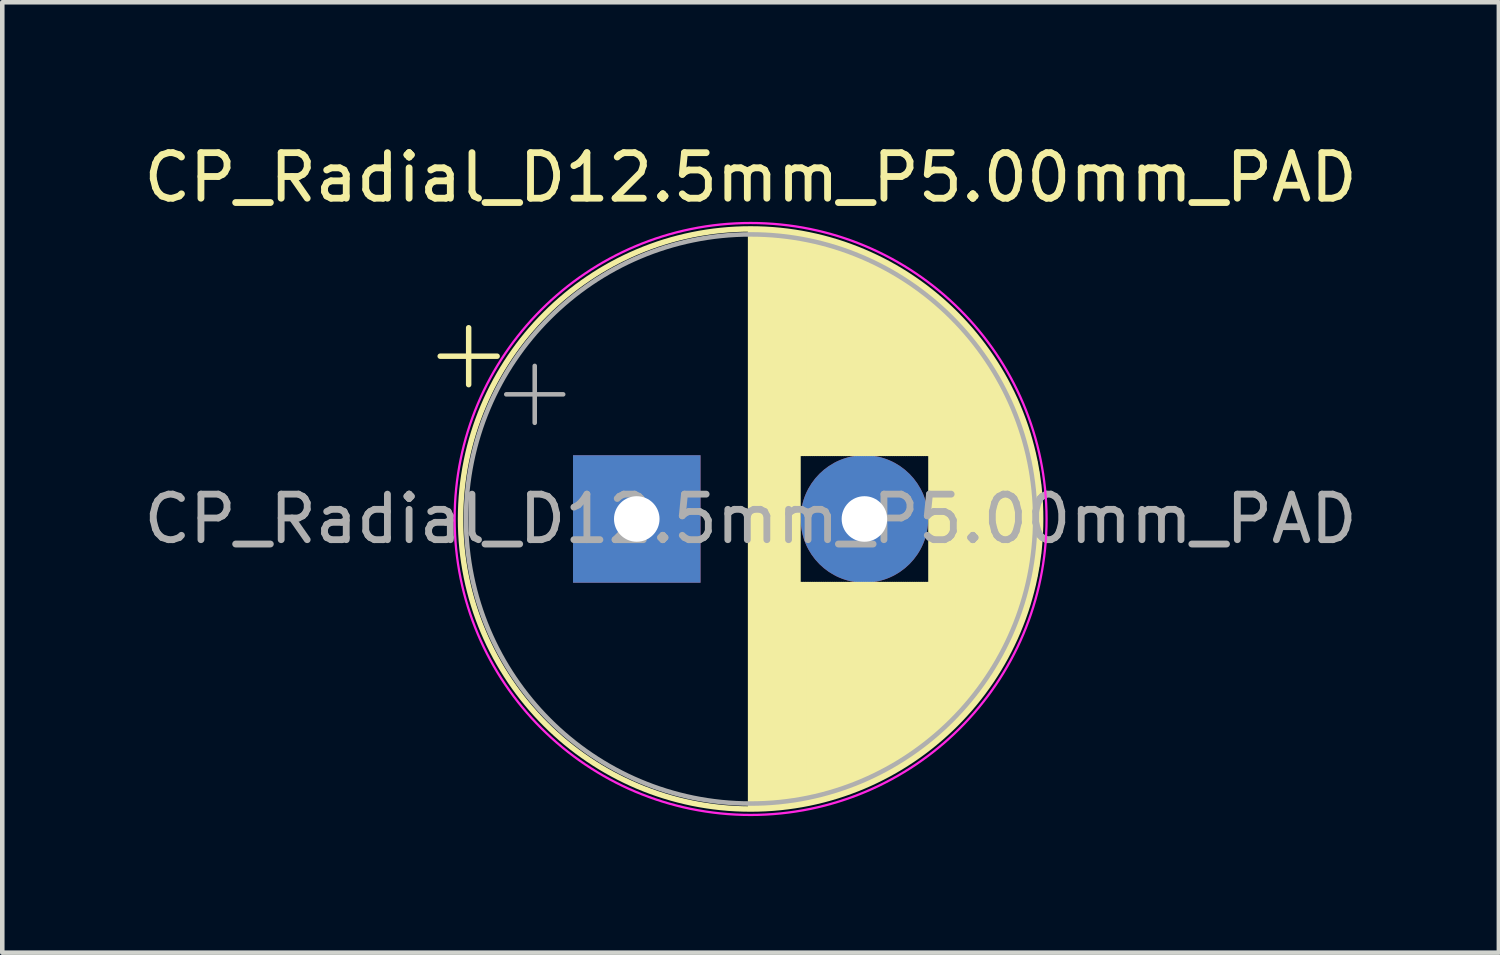
<source format=kicad_pcb>
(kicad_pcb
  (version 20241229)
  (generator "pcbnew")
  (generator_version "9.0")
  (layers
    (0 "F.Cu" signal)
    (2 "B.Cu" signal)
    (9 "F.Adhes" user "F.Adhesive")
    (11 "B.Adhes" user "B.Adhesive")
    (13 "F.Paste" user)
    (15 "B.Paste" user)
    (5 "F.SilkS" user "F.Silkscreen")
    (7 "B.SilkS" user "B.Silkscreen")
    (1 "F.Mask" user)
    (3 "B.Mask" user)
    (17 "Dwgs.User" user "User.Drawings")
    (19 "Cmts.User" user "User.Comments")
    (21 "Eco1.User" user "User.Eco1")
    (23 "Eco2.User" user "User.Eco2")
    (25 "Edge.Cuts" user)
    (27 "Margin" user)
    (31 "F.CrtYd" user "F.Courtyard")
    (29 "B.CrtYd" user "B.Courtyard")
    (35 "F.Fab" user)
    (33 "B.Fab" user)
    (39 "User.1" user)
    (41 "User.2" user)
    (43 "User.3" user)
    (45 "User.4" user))
  (footprint "CP_Radial_D12.5mm_P5.00mm_PAD"
    (layer "F.Cu")
    (at 10.935 8.348)
    (property "Reference" "CP_Radial_D12.5mm_P5.00mm_PAD" (at 2.5 -7.5 0) (layer "F.SilkS") (effects (font (size 1 1) (thickness 0.15))))
    (attr through_hole)
    (fp_line (start -4.317 -3.575) (end -3.067 -3.575) (stroke (width 0.12) (type solid)) (layer "F.SilkS"))
    (fp_line (start -3.692 -4.2) (end -3.692 -2.95) (stroke (width 0.12) (type solid)) (layer "F.SilkS"))
    (fp_line (start 2.5 -6.33) (end 2.5 6.33) (stroke (width 0.12) (type solid)) (layer "F.SilkS"))
    (fp_line (start 2.54 -6.33) (end 2.54 6.33) (stroke (width 0.12) (type solid)) (layer "F.SilkS"))
    (fp_line (start 2.58 -6.33) (end 2.58 6.33) (stroke (width 0.12) (type solid)) (layer "F.SilkS"))
    (fp_line (start 2.62 -6.329) (end 2.62 6.329) (stroke (width 0.12) (type solid)) (layer "F.SilkS"))
    (fp_line (start 2.66 -6.328) (end 2.66 6.328) (stroke (width 0.12) (type solid)) (layer "F.SilkS"))
    (fp_line (start 2.7 -6.327) (end 2.7 6.327) (stroke (width 0.12) (type solid)) (layer "F.SilkS"))
    (fp_line (start 2.74 -6.326) (end 2.74 6.326) (stroke (width 0.12) (type solid)) (layer "F.SilkS"))
    (fp_line (start 2.78 -6.324) (end 2.78 6.324) (stroke (width 0.12) (type solid)) (layer "F.SilkS"))
    (fp_line (start 2.82 -6.322) (end 2.82 6.322) (stroke (width 0.12) (type solid)) (layer "F.SilkS"))
    (fp_line (start 2.86 -6.32) (end 2.86 6.32) (stroke (width 0.12) (type solid)) (layer "F.SilkS"))
    (fp_line (start 2.9 -6.318) (end 2.9 6.318) (stroke (width 0.12) (type solid)) (layer "F.SilkS"))
    (fp_line (start 2.94 -6.315) (end 2.94 6.315) (stroke (width 0.12) (type solid)) (layer "F.SilkS"))
    (fp_line (start 2.98 -6.312) (end 2.98 6.312) (stroke (width 0.12) (type solid)) (layer "F.SilkS"))
    (fp_line (start 3.02 -6.309) (end 3.02 6.309) (stroke (width 0.12) (type solid)) (layer "F.SilkS"))
    (fp_line (start 3.06 -6.306) (end 3.06 6.306) (stroke (width 0.12) (type solid)) (layer "F.SilkS"))
    (fp_line (start 3.1 -6.302) (end 3.1 6.302) (stroke (width 0.12) (type solid)) (layer "F.SilkS"))
    (fp_line (start 3.14 -6.298) (end 3.14 6.298) (stroke (width 0.12) (type solid)) (layer "F.SilkS"))
    (fp_line (start 3.18 -6.294) (end 3.18 6.294) (stroke (width 0.12) (type solid)) (layer "F.SilkS"))
    (fp_line (start 3.221 -6.29) (end 3.221 6.29) (stroke (width 0.12) (type solid)) (layer "F.SilkS"))
    (fp_line (start 3.261 -6.285) (end 3.261 6.285) (stroke (width 0.12) (type solid)) (layer "F.SilkS"))
    (fp_line (start 3.301 -6.28) (end 3.301 6.28) (stroke (width 0.12) (type solid)) (layer "F.SilkS"))
    (fp_line (start 3.341 -6.275) (end 3.341 6.275) (stroke (width 0.12) (type solid)) (layer "F.SilkS"))
    (fp_line (start 3.381 -6.269) (end 3.381 6.269) (stroke (width 0.12) (type solid)) (layer "F.SilkS"))
    (fp_line (start 3.421 -6.264) (end 3.421 6.264) (stroke (width 0.12) (type solid)) (layer "F.SilkS"))
    (fp_line (start 3.461 -6.258) (end 3.461 6.258) (stroke (width 0.12) (type solid)) (layer "F.SilkS"))
    (fp_line (start 3.501 -6.252) (end 3.501 6.252) (stroke (width 0.12) (type solid)) (layer "F.SilkS"))
    (fp_line (start 3.541 -6.245) (end 3.541 6.245) (stroke (width 0.12) (type solid)) (layer "F.SilkS"))
    (fp_line (start 3.581 -6.238) (end 3.581 -1.44) (stroke (width 0.12) (type solid)) (layer "F.SilkS"))
    (fp_line (start 3.581 1.44) (end 3.581 6.238) (stroke (width 0.12) (type solid)) (layer "F.SilkS"))
    (fp_line (start 3.621 -6.231) (end 3.621 -1.44) (stroke (width 0.12) (type solid)) (layer "F.SilkS"))
    (fp_line (start 3.621 1.44) (end 3.621 6.231) (stroke (width 0.12) (type solid)) (layer "F.SilkS"))
    (fp_line (start 3.661 -6.224) (end 3.661 -1.44) (stroke (width 0.12) (type solid)) (layer "F.SilkS"))
    (fp_line (start 3.661 1.44) (end 3.661 6.224) (stroke (width 0.12) (type solid)) (layer "F.SilkS"))
    (fp_line (start 3.701 -6.216) (end 3.701 -1.44) (stroke (width 0.12) (type solid)) (layer "F.SilkS"))
    (fp_line (start 3.701 1.44) (end 3.701 6.216) (stroke (width 0.12) (type solid)) (layer "F.SilkS"))
    (fp_line (start 3.741 -6.209) (end 3.741 -1.44) (stroke (width 0.12) (type solid)) (layer "F.SilkS"))
    (fp_line (start 3.741 1.44) (end 3.741 6.209) (stroke (width 0.12) (type solid)) (layer "F.SilkS"))
    (fp_line (start 3.781 -6.201) (end 3.781 -1.44) (stroke (width 0.12) (type solid)) (layer "F.SilkS"))
    (fp_line (start 3.781 1.44) (end 3.781 6.201) (stroke (width 0.12) (type solid)) (layer "F.SilkS"))
    (fp_line (start 3.821 -6.192) (end 3.821 -1.44) (stroke (width 0.12) (type solid)) (layer "F.SilkS"))
    (fp_line (start 3.821 1.44) (end 3.821 6.192) (stroke (width 0.12) (type solid)) (layer "F.SilkS"))
    (fp_line (start 3.861 -6.184) (end 3.861 -1.44) (stroke (width 0.12) (type solid)) (layer "F.SilkS"))
    (fp_line (start 3.861 1.44) (end 3.861 6.184) (stroke (width 0.12) (type solid)) (layer "F.SilkS"))
    (fp_line (start 3.901 -6.175) (end 3.901 -1.44) (stroke (width 0.12) (type solid)) (layer "F.SilkS"))
    (fp_line (start 3.901 1.44) (end 3.901 6.175) (stroke (width 0.12) (type solid)) (layer "F.SilkS"))
    (fp_line (start 3.941 -6.166) (end 3.941 -1.44) (stroke (width 0.12) (type solid)) (layer "F.SilkS"))
    (fp_line (start 3.941 1.44) (end 3.941 6.166) (stroke (width 0.12) (type solid)) (layer "F.SilkS"))
    (fp_line (start 3.981 -6.156) (end 3.981 -1.44) (stroke (width 0.12) (type solid)) (layer "F.SilkS"))
    (fp_line (start 3.981 1.44) (end 3.981 6.156) (stroke (width 0.12) (type solid)) (layer "F.SilkS"))
    (fp_line (start 4.021 -6.146) (end 4.021 -1.44) (stroke (width 0.12) (type solid)) (layer "F.SilkS"))
    (fp_line (start 4.021 1.44) (end 4.021 6.146) (stroke (width 0.12) (type solid)) (layer "F.SilkS"))
    (fp_line (start 4.061 -6.137) (end 4.061 -1.44) (stroke (width 0.12) (type solid)) (layer "F.SilkS"))
    (fp_line (start 4.061 1.44) (end 4.061 6.137) (stroke (width 0.12) (type solid)) (layer "F.SilkS"))
    (fp_line (start 4.101 -6.126) (end 4.101 -1.44) (stroke (width 0.12) (type solid)) (layer "F.SilkS"))
    (fp_line (start 4.101 1.44) (end 4.101 6.126) (stroke (width 0.12) (type solid)) (layer "F.SilkS"))
    (fp_line (start 4.141 -6.116) (end 4.141 -1.44) (stroke (width 0.12) (type solid)) (layer "F.SilkS"))
    (fp_line (start 4.141 1.44) (end 4.141 6.116) (stroke (width 0.12) (type solid)) (layer "F.SilkS"))
    (fp_line (start 4.181 -6.105) (end 4.181 -1.44) (stroke (width 0.12) (type solid)) (layer "F.SilkS"))
    (fp_line (start 4.181 1.44) (end 4.181 6.105) (stroke (width 0.12) (type solid)) (layer "F.SilkS"))
    (fp_line (start 4.221 -6.094) (end 4.221 -1.44) (stroke (width 0.12) (type solid)) (layer "F.SilkS"))
    (fp_line (start 4.221 1.44) (end 4.221 6.094) (stroke (width 0.12) (type solid)) (layer "F.SilkS"))
    (fp_line (start 4.261 -6.083) (end 4.261 -1.44) (stroke (width 0.12) (type solid)) (layer "F.SilkS"))
    (fp_line (start 4.261 1.44) (end 4.261 6.083) (stroke (width 0.12) (type solid)) (layer "F.SilkS"))
    (fp_line (start 4.301 -6.071) (end 4.301 -1.44) (stroke (width 0.12) (type solid)) (layer "F.SilkS"))
    (fp_line (start 4.301 1.44) (end 4.301 6.071) (stroke (width 0.12) (type solid)) (layer "F.SilkS"))
    (fp_line (start 4.341 -6.059) (end 4.341 -1.44) (stroke (width 0.12) (type solid)) (layer "F.SilkS"))
    (fp_line (start 4.341 1.44) (end 4.341 6.059) (stroke (width 0.12) (type solid)) (layer "F.SilkS"))
    (fp_line (start 4.381 -6.047) (end 4.381 -1.44) (stroke (width 0.12) (type solid)) (layer "F.SilkS"))
    (fp_line (start 4.381 1.44) (end 4.381 6.047) (stroke (width 0.12) (type solid)) (layer "F.SilkS"))
    (fp_line (start 4.421 -6.034) (end 4.421 -1.44) (stroke (width 0.12) (type solid)) (layer "F.SilkS"))
    (fp_line (start 4.421 1.44) (end 4.421 6.034) (stroke (width 0.12) (type solid)) (layer "F.SilkS"))
    (fp_line (start 4.461 -6.021) (end 4.461 -1.44) (stroke (width 0.12) (type solid)) (layer "F.SilkS"))
    (fp_line (start 4.461 1.44) (end 4.461 6.021) (stroke (width 0.12) (type solid)) (layer "F.SilkS"))
    (fp_line (start 4.501 -6.008) (end 4.501 -1.44) (stroke (width 0.12) (type solid)) (layer "F.SilkS"))
    (fp_line (start 4.501 1.44) (end 4.501 6.008) (stroke (width 0.12) (type solid)) (layer "F.SilkS"))
    (fp_line (start 4.541 -5.995) (end 4.541 -1.44) (stroke (width 0.12) (type solid)) (layer "F.SilkS"))
    (fp_line (start 4.541 1.44) (end 4.541 5.995) (stroke (width 0.12) (type solid)) (layer "F.SilkS"))
    (fp_line (start 4.581 -5.981) (end 4.581 -1.44) (stroke (width 0.12) (type solid)) (layer "F.SilkS"))
    (fp_line (start 4.581 1.44) (end 4.581 5.981) (stroke (width 0.12) (type solid)) (layer "F.SilkS"))
    (fp_line (start 4.621 -5.967) (end 4.621 -1.44) (stroke (width 0.12) (type solid)) (layer "F.SilkS"))
    (fp_line (start 4.621 1.44) (end 4.621 5.967) (stroke (width 0.12) (type solid)) (layer "F.SilkS"))
    (fp_line (start 4.661 -5.953) (end 4.661 -1.44) (stroke (width 0.12) (type solid)) (layer "F.SilkS"))
    (fp_line (start 4.661 1.44) (end 4.661 5.953) (stroke (width 0.12) (type solid)) (layer "F.SilkS"))
    (fp_line (start 4.701 -5.939) (end 4.701 -1.44) (stroke (width 0.12) (type solid)) (layer "F.SilkS"))
    (fp_line (start 4.701 1.44) (end 4.701 5.939) (stroke (width 0.12) (type solid)) (layer "F.SilkS"))
    (fp_line (start 4.741 -5.924) (end 4.741 -1.44) (stroke (width 0.12) (type solid)) (layer "F.SilkS"))
    (fp_line (start 4.741 1.44) (end 4.741 5.924) (stroke (width 0.12) (type solid)) (layer "F.SilkS"))
    (fp_line (start 4.781 -5.908) (end 4.781 -1.44) (stroke (width 0.12) (type solid)) (layer "F.SilkS"))
    (fp_line (start 4.781 1.44) (end 4.781 5.908) (stroke (width 0.12) (type solid)) (layer "F.SilkS"))
    (fp_line (start 4.821 -5.893) (end 4.821 -1.44) (stroke (width 0.12) (type solid)) (layer "F.SilkS"))
    (fp_line (start 4.821 1.44) (end 4.821 5.893) (stroke (width 0.12) (type solid)) (layer "F.SilkS"))
    (fp_line (start 4.861 -5.877) (end 4.861 -1.44) (stroke (width 0.12) (type solid)) (layer "F.SilkS"))
    (fp_line (start 4.861 1.44) (end 4.861 5.877) (stroke (width 0.12) (type solid)) (layer "F.SilkS"))
    (fp_line (start 4.901 -5.861) (end 4.901 -1.44) (stroke (width 0.12) (type solid)) (layer "F.SilkS"))
    (fp_line (start 4.901 1.44) (end 4.901 5.861) (stroke (width 0.12) (type solid)) (layer "F.SilkS"))
    (fp_line (start 4.941 -5.845) (end 4.941 -1.44) (stroke (width 0.12) (type solid)) (layer "F.SilkS"))
    (fp_line (start 4.941 1.44) (end 4.941 5.845) (stroke (width 0.12) (type solid)) (layer "F.SilkS"))
    (fp_line (start 4.981 -5.828) (end 4.981 -1.44) (stroke (width 0.12) (type solid)) (layer "F.SilkS"))
    (fp_line (start 4.981 1.44) (end 4.981 5.828) (stroke (width 0.12) (type solid)) (layer "F.SilkS"))
    (fp_line (start 5.021 -5.811) (end 5.021 -1.44) (stroke (width 0.12) (type solid)) (layer "F.SilkS"))
    (fp_line (start 5.021 1.44) (end 5.021 5.811) (stroke (width 0.12) (type solid)) (layer "F.SilkS"))
    (fp_line (start 5.061 -5.793) (end 5.061 -1.44) (stroke (width 0.12) (type solid)) (layer "F.SilkS"))
    (fp_line (start 5.061 1.44) (end 5.061 5.793) (stroke (width 0.12) (type solid)) (layer "F.SilkS"))
    (fp_line (start 5.101 -5.776) (end 5.101 -1.44) (stroke (width 0.12) (type solid)) (layer "F.SilkS"))
    (fp_line (start 5.101 1.44) (end 5.101 5.776) (stroke (width 0.12) (type solid)) (layer "F.SilkS"))
    (fp_line (start 5.141 -5.758) (end 5.141 -1.44) (stroke (width 0.12) (type solid)) (layer "F.SilkS"))
    (fp_line (start 5.141 1.44) (end 5.141 5.758) (stroke (width 0.12) (type solid)) (layer "F.SilkS"))
    (fp_line (start 5.181 -5.739) (end 5.181 -1.44) (stroke (width 0.12) (type solid)) (layer "F.SilkS"))
    (fp_line (start 5.181 1.44) (end 5.181 5.739) (stroke (width 0.12) (type solid)) (layer "F.SilkS"))
    (fp_line (start 5.221 -5.721) (end 5.221 -1.44) (stroke (width 0.12) (type solid)) (layer "F.SilkS"))
    (fp_line (start 5.221 1.44) (end 5.221 5.721) (stroke (width 0.12) (type solid)) (layer "F.SilkS"))
    (fp_line (start 5.261 -5.702) (end 5.261 -1.44) (stroke (width 0.12) (type solid)) (layer "F.SilkS"))
    (fp_line (start 5.261 1.44) (end 5.261 5.702) (stroke (width 0.12) (type solid)) (layer "F.SilkS"))
    (fp_line (start 5.301 -5.682) (end 5.301 -1.44) (stroke (width 0.12) (type solid)) (layer "F.SilkS"))
    (fp_line (start 5.301 1.44) (end 5.301 5.682) (stroke (width 0.12) (type solid)) (layer "F.SilkS"))
    (fp_line (start 5.341 -5.662) (end 5.341 -1.44) (stroke (width 0.12) (type solid)) (layer "F.SilkS"))
    (fp_line (start 5.341 1.44) (end 5.341 5.662) (stroke (width 0.12) (type solid)) (layer "F.SilkS"))
    (fp_line (start 5.381 -5.642) (end 5.381 -1.44) (stroke (width 0.12) (type solid)) (layer "F.SilkS"))
    (fp_line (start 5.381 1.44) (end 5.381 5.642) (stroke (width 0.12) (type solid)) (layer "F.SilkS"))
    (fp_line (start 5.421 -5.622) (end 5.421 -1.44) (stroke (width 0.12) (type solid)) (layer "F.SilkS"))
    (fp_line (start 5.421 1.44) (end 5.421 5.622) (stroke (width 0.12) (type solid)) (layer "F.SilkS"))
    (fp_line (start 5.461 -5.601) (end 5.461 -1.44) (stroke (width 0.12) (type solid)) (layer "F.SilkS"))
    (fp_line (start 5.461 1.44) (end 5.461 5.601) (stroke (width 0.12) (type solid)) (layer "F.SilkS"))
    (fp_line (start 5.501 -5.58) (end 5.501 -1.44) (stroke (width 0.12) (type solid)) (layer "F.SilkS"))
    (fp_line (start 5.501 1.44) (end 5.501 5.58) (stroke (width 0.12) (type solid)) (layer "F.SilkS"))
    (fp_line (start 5.541 -5.558) (end 5.541 -1.44) (stroke (width 0.12) (type solid)) (layer "F.SilkS"))
    (fp_line (start 5.541 1.44) (end 5.541 5.558) (stroke (width 0.12) (type solid)) (layer "F.SilkS"))
    (fp_line (start 5.581 -5.536) (end 5.581 -1.44) (stroke (width 0.12) (type solid)) (layer "F.SilkS"))
    (fp_line (start 5.581 1.44) (end 5.581 5.536) (stroke (width 0.12) (type solid)) (layer "F.SilkS"))
    (fp_line (start 5.621 -5.514) (end 5.621 -1.44) (stroke (width 0.12) (type solid)) (layer "F.SilkS"))
    (fp_line (start 5.621 1.44) (end 5.621 5.514) (stroke (width 0.12) (type solid)) (layer "F.SilkS"))
    (fp_line (start 5.661 -5.491) (end 5.661 -1.44) (stroke (width 0.12) (type solid)) (layer "F.SilkS"))
    (fp_line (start 5.661 1.44) (end 5.661 5.491) (stroke (width 0.12) (type solid)) (layer "F.SilkS"))
    (fp_line (start 5.701 -5.468) (end 5.701 -1.44) (stroke (width 0.12) (type solid)) (layer "F.SilkS"))
    (fp_line (start 5.701 1.44) (end 5.701 5.468) (stroke (width 0.12) (type solid)) (layer "F.SilkS"))
    (fp_line (start 5.741 -5.445) (end 5.741 -1.44) (stroke (width 0.12) (type solid)) (layer "F.SilkS"))
    (fp_line (start 5.741 1.44) (end 5.741 5.445) (stroke (width 0.12) (type solid)) (layer "F.SilkS"))
    (fp_line (start 5.781 -5.421) (end 5.781 -1.44) (stroke (width 0.12) (type solid)) (layer "F.SilkS"))
    (fp_line (start 5.781 1.44) (end 5.781 5.421) (stroke (width 0.12) (type solid)) (layer "F.SilkS"))
    (fp_line (start 5.821 -5.397) (end 5.821 -1.44) (stroke (width 0.12) (type solid)) (layer "F.SilkS"))
    (fp_line (start 5.821 1.44) (end 5.821 5.397) (stroke (width 0.12) (type solid)) (layer "F.SilkS"))
    (fp_line (start 5.861 -5.372) (end 5.861 -1.44) (stroke (width 0.12) (type solid)) (layer "F.SilkS"))
    (fp_line (start 5.861 1.44) (end 5.861 5.372) (stroke (width 0.12) (type solid)) (layer "F.SilkS"))
    (fp_line (start 5.901 -5.347) (end 5.901 -1.44) (stroke (width 0.12) (type solid)) (layer "F.SilkS"))
    (fp_line (start 5.901 1.44) (end 5.901 5.347) (stroke (width 0.12) (type solid)) (layer "F.SilkS"))
    (fp_line (start 5.941 -5.322) (end 5.941 -1.44) (stroke (width 0.12) (type solid)) (layer "F.SilkS"))
    (fp_line (start 5.941 1.44) (end 5.941 5.322) (stroke (width 0.12) (type solid)) (layer "F.SilkS"))
    (fp_line (start 5.981 -5.296) (end 5.981 -1.44) (stroke (width 0.12) (type solid)) (layer "F.SilkS"))
    (fp_line (start 5.981 1.44) (end 5.981 5.296) (stroke (width 0.12) (type solid)) (layer "F.SilkS"))
    (fp_line (start 6.021 -5.27) (end 6.021 -1.44) (stroke (width 0.12) (type solid)) (layer "F.SilkS"))
    (fp_line (start 6.021 1.44) (end 6.021 5.27) (stroke (width 0.12) (type solid)) (layer "F.SilkS"))
    (fp_line (start 6.061 -5.243) (end 6.061 -1.44) (stroke (width 0.12) (type solid)) (layer "F.SilkS"))
    (fp_line (start 6.061 1.44) (end 6.061 5.243) (stroke (width 0.12) (type solid)) (layer "F.SilkS"))
    (fp_line (start 6.101 -5.216) (end 6.101 -1.44) (stroke (width 0.12) (type solid)) (layer "F.SilkS"))
    (fp_line (start 6.101 1.44) (end 6.101 5.216) (stroke (width 0.12) (type solid)) (layer "F.SilkS"))
    (fp_line (start 6.141 -5.188) (end 6.141 -1.44) (stroke (width 0.12) (type solid)) (layer "F.SilkS"))
    (fp_line (start 6.141 1.44) (end 6.141 5.188) (stroke (width 0.12) (type solid)) (layer "F.SilkS"))
    (fp_line (start 6.181 -5.16) (end 6.181 -1.44) (stroke (width 0.12) (type solid)) (layer "F.SilkS"))
    (fp_line (start 6.181 1.44) (end 6.181 5.16) (stroke (width 0.12) (type solid)) (layer "F.SilkS"))
    (fp_line (start 6.221 -5.131) (end 6.221 -1.44) (stroke (width 0.12) (type solid)) (layer "F.SilkS"))
    (fp_line (start 6.221 1.44) (end 6.221 5.131) (stroke (width 0.12) (type solid)) (layer "F.SilkS"))
    (fp_line (start 6.261 -5.102) (end 6.261 -1.44) (stroke (width 0.12) (type solid)) (layer "F.SilkS"))
    (fp_line (start 6.261 1.44) (end 6.261 5.102) (stroke (width 0.12) (type solid)) (layer "F.SilkS"))
    (fp_line (start 6.301 -5.073) (end 6.301 -1.44) (stroke (width 0.12) (type solid)) (layer "F.SilkS"))
    (fp_line (start 6.301 1.44) (end 6.301 5.073) (stroke (width 0.12) (type solid)) (layer "F.SilkS"))
    (fp_line (start 6.341 -5.043) (end 6.341 -1.44) (stroke (width 0.12) (type solid)) (layer "F.SilkS"))
    (fp_line (start 6.341 1.44) (end 6.341 5.043) (stroke (width 0.12) (type solid)) (layer "F.SilkS"))
    (fp_line (start 6.381 -5.012) (end 6.381 -1.44) (stroke (width 0.12) (type solid)) (layer "F.SilkS"))
    (fp_line (start 6.381 1.44) (end 6.381 5.012) (stroke (width 0.12) (type solid)) (layer "F.SilkS"))
    (fp_line (start 6.421 -4.982) (end 6.421 -1.44) (stroke (width 0.12) (type solid)) (layer "F.SilkS"))
    (fp_line (start 6.421 1.44) (end 6.421 4.982) (stroke (width 0.12) (type solid)) (layer "F.SilkS"))
    (fp_line (start 6.461 -4.95) (end 6.461 4.95) (stroke (width 0.12) (type solid)) (layer "F.SilkS"))
    (fp_line (start 6.501 -4.918) (end 6.501 4.918) (stroke (width 0.12) (type solid)) (layer "F.SilkS"))
    (fp_line (start 6.541 -4.885) (end 6.541 4.885) (stroke (width 0.12) (type solid)) (layer "F.SilkS"))
    (fp_line (start 6.581 -4.852) (end 6.581 4.852) (stroke (width 0.12) (type solid)) (layer "F.SilkS"))
    (fp_line (start 6.621 -4.819) (end 6.621 4.819) (stroke (width 0.12) (type solid)) (layer "F.SilkS"))
    (fp_line (start 6.661 -4.785) (end 6.661 4.785) (stroke (width 0.12) (type solid)) (layer "F.SilkS"))
    (fp_line (start 6.701 -4.75) (end 6.701 4.75) (stroke (width 0.12) (type solid)) (layer "F.SilkS"))
    (fp_line (start 6.741 -4.714) (end 6.741 4.714) (stroke (width 0.12) (type solid)) (layer "F.SilkS"))
    (fp_line (start 6.781 -4.678) (end 6.781 4.678) (stroke (width 0.12) (type solid)) (layer "F.SilkS"))
    (fp_line (start 6.821 -4.642) (end 6.821 4.642) (stroke (width 0.12) (type solid)) (layer "F.SilkS"))
    (fp_line (start 6.861 -4.605) (end 6.861 4.605) (stroke (width 0.12) (type solid)) (layer "F.SilkS"))
    (fp_line (start 6.901 -4.567) (end 6.901 4.567) (stroke (width 0.12) (type solid)) (layer "F.SilkS"))
    (fp_line (start 6.941 -4.528) (end 6.941 4.528) (stroke (width 0.12) (type solid)) (layer "F.SilkS"))
    (fp_line (start 6.981 -4.489) (end 6.981 4.489) (stroke (width 0.12) (type solid)) (layer "F.SilkS"))
    (fp_line (start 7.021 -4.449) (end 7.021 4.449) (stroke (width 0.12) (type solid)) (layer "F.SilkS"))
    (fp_line (start 7.061 -4.408) (end 7.061 4.408) (stroke (width 0.12) (type solid)) (layer "F.SilkS"))
    (fp_line (start 7.101 -4.367) (end 7.101 4.367) (stroke (width 0.12) (type solid)) (layer "F.SilkS"))
    (fp_line (start 7.141 -4.325) (end 7.141 4.325) (stroke (width 0.12) (type solid)) (layer "F.SilkS"))
    (fp_line (start 7.181 -4.282) (end 7.181 4.282) (stroke (width 0.12) (type solid)) (layer "F.SilkS"))
    (fp_line (start 7.221 -4.238) (end 7.221 4.238) (stroke (width 0.12) (type solid)) (layer "F.SilkS"))
    (fp_line (start 7.261 -4.194) (end 7.261 4.194) (stroke (width 0.12) (type solid)) (layer "F.SilkS"))
    (fp_line (start 7.301 -4.148) (end 7.301 4.148) (stroke (width 0.12) (type solid)) (layer "F.SilkS"))
    (fp_line (start 7.341 -4.102) (end 7.341 4.102) (stroke (width 0.12) (type solid)) (layer "F.SilkS"))
    (fp_line (start 7.381 -4.055) (end 7.381 4.055) (stroke (width 0.12) (type solid)) (layer "F.SilkS"))
    (fp_line (start 7.421 -4.007) (end 7.421 4.007) (stroke (width 0.12) (type solid)) (layer "F.SilkS"))
    (fp_line (start 7.461 -3.957) (end 7.461 3.957) (stroke (width 0.12) (type solid)) (layer "F.SilkS"))
    (fp_line (start 7.501 -3.907) (end 7.501 3.907) (stroke (width 0.12) (type solid)) (layer "F.SilkS"))
    (fp_line (start 7.541 -3.856) (end 7.541 3.856) (stroke (width 0.12) (type solid)) (layer "F.SilkS"))
    (fp_line (start 7.581 -3.804) (end 7.581 3.804) (stroke (width 0.12) (type solid)) (layer "F.SilkS"))
    (fp_line (start 7.621 -3.75) (end 7.621 3.75) (stroke (width 0.12) (type solid)) (layer "F.SilkS"))
    (fp_line (start 7.661 -3.696) (end 7.661 3.696) (stroke (width 0.12) (type solid)) (layer "F.SilkS"))
    (fp_line (start 7.701 -3.64) (end 7.701 3.64) (stroke (width 0.12) (type solid)) (layer "F.SilkS"))
    (fp_line (start 7.741 -3.583) (end 7.741 3.583) (stroke (width 0.12) (type solid)) (layer "F.SilkS"))
    (fp_line (start 7.781 -3.524) (end 7.781 3.524) (stroke (width 0.12) (type solid)) (layer "F.SilkS"))
    (fp_line (start 7.821 -3.464) (end 7.821 3.464) (stroke (width 0.12) (type solid)) (layer "F.SilkS"))
    (fp_line (start 7.861 -3.402) (end 7.861 3.402) (stroke (width 0.12) (type solid)) (layer "F.SilkS"))
    (fp_line (start 7.901 -3.339) (end 7.901 3.339) (stroke (width 0.12) (type solid)) (layer "F.SilkS"))
    (fp_line (start 7.941 -3.275) (end 7.941 3.275) (stroke (width 0.12) (type solid)) (layer "F.SilkS"))
    (fp_line (start 7.981 -3.208) (end 7.981 3.208) (stroke (width 0.12) (type solid)) (layer "F.SilkS"))
    (fp_line (start 8.021 -3.14) (end 8.021 3.14) (stroke (width 0.12) (type solid)) (layer "F.SilkS"))
    (fp_line (start 8.061 -3.069) (end 8.061 3.069) (stroke (width 0.12) (type solid)) (layer "F.SilkS"))
    (fp_line (start 8.101 -2.996) (end 8.101 2.996) (stroke (width 0.12) (type solid)) (layer "F.SilkS"))
    (fp_line (start 8.141 -2.921) (end 8.141 2.921) (stroke (width 0.12) (type solid)) (layer "F.SilkS"))
    (fp_line (start 8.181 -2.844) (end 8.181 2.844) (stroke (width 0.12) (type solid)) (layer "F.SilkS"))
    (fp_line (start 8.221 -2.764) (end 8.221 2.764) (stroke (width 0.12) (type solid)) (layer "F.SilkS"))
    (fp_line (start 8.261 -2.681) (end 8.261 2.681) (stroke (width 0.12) (type solid)) (layer "F.SilkS"))
    (fp_line (start 8.301 -2.594) (end 8.301 2.594) (stroke (width 0.12) (type solid)) (layer "F.SilkS"))
    (fp_line (start 8.341 -2.504) (end 8.341 2.504) (stroke (width 0.12) (type solid)) (layer "F.SilkS"))
    (fp_line (start 8.381 -2.41) (end 8.381 2.41) (stroke (width 0.12) (type solid)) (layer "F.SilkS"))
    (fp_line (start 8.421 -2.312) (end 8.421 2.312) (stroke (width 0.12) (type solid)) (layer "F.SilkS"))
    (fp_line (start 8.461 -2.209) (end 8.461 2.209) (stroke (width 0.12) (type solid)) (layer "F.SilkS"))
    (fp_line (start 8.501 -2.1) (end 8.501 2.1) (stroke (width 0.12) (type solid)) (layer "F.SilkS"))
    (fp_line (start 8.541 -1.984) (end 8.541 1.984) (stroke (width 0.12) (type solid)) (layer "F.SilkS"))
    (fp_line (start 8.581 -1.861) (end 8.581 1.861) (stroke (width 0.12) (type solid)) (layer "F.SilkS"))
    (fp_line (start 8.621 -1.728) (end 8.621 1.728) (stroke (width 0.12) (type solid)) (layer "F.SilkS"))
    (fp_line (start 8.661 -1.583) (end 8.661 1.583) (stroke (width 0.12) (type solid)) (layer "F.SilkS"))
    (fp_line (start 8.701 -1.422) (end 8.701 1.422) (stroke (width 0.12) (type solid)) (layer "F.SilkS"))
    (fp_line (start 8.741 -1.241) (end 8.741 1.241) (stroke (width 0.12) (type solid)) (layer "F.SilkS"))
    (fp_line (start 8.781 -1.028) (end 8.781 1.028) (stroke (width 0.12) (type solid)) (layer "F.SilkS"))
    (fp_line (start 8.821 -0.757) (end 8.821 0.757) (stroke (width 0.12) (type solid)) (layer "F.SilkS"))
    (fp_line (start 8.861 -0.317) (end 8.861 0.317) (stroke (width 0.12) (type solid)) (layer "F.SilkS"))
    (fp_circle (center 2.5 0) (end 8.87 0) (stroke (width 0.12) (type solid)) (fill no) (layer "F.SilkS"))
    (fp_circle (center 2.5 0) (end 9 0) (stroke (width 0.05) (type solid)) (fill no) (layer "F.CrtYd"))
    (fp_line (start -2.866 -2.737) (end -1.616 -2.737) (stroke (width 0.1) (type solid)) (layer "F.Fab"))
    (fp_line (start -2.241 -3.362) (end -2.241 -2.112) (stroke (width 0.1) (type solid)) (layer "F.Fab"))
    (fp_circle (center 2.5 0) (end 8.75 0) (stroke (width 0.1) (type solid)) (fill no) (layer "F.Fab"))
    (fp_text user "${REFERENCE}" (at 2.5 0 0) (layer "F.Fab") (effects (font (size 1 1) (thickness 0.15))))
    (pad "1" thru_hole rect (at 0 0) (size 2.8 2.8) (drill 1) (layers "*.Cu" "*.Mask"))
    (pad "2" thru_hole circle (at 5 0) (size 2.8 2.8) (drill 1) (layers "*.Cu" "*.Mask")))
  (gr_rect
    (start -3 -3)
    (end 29.869 17.873)
    (stroke (width 0.1) (type default))
    (fill no)
    (layer "Edge.Cuts")))
</source>
